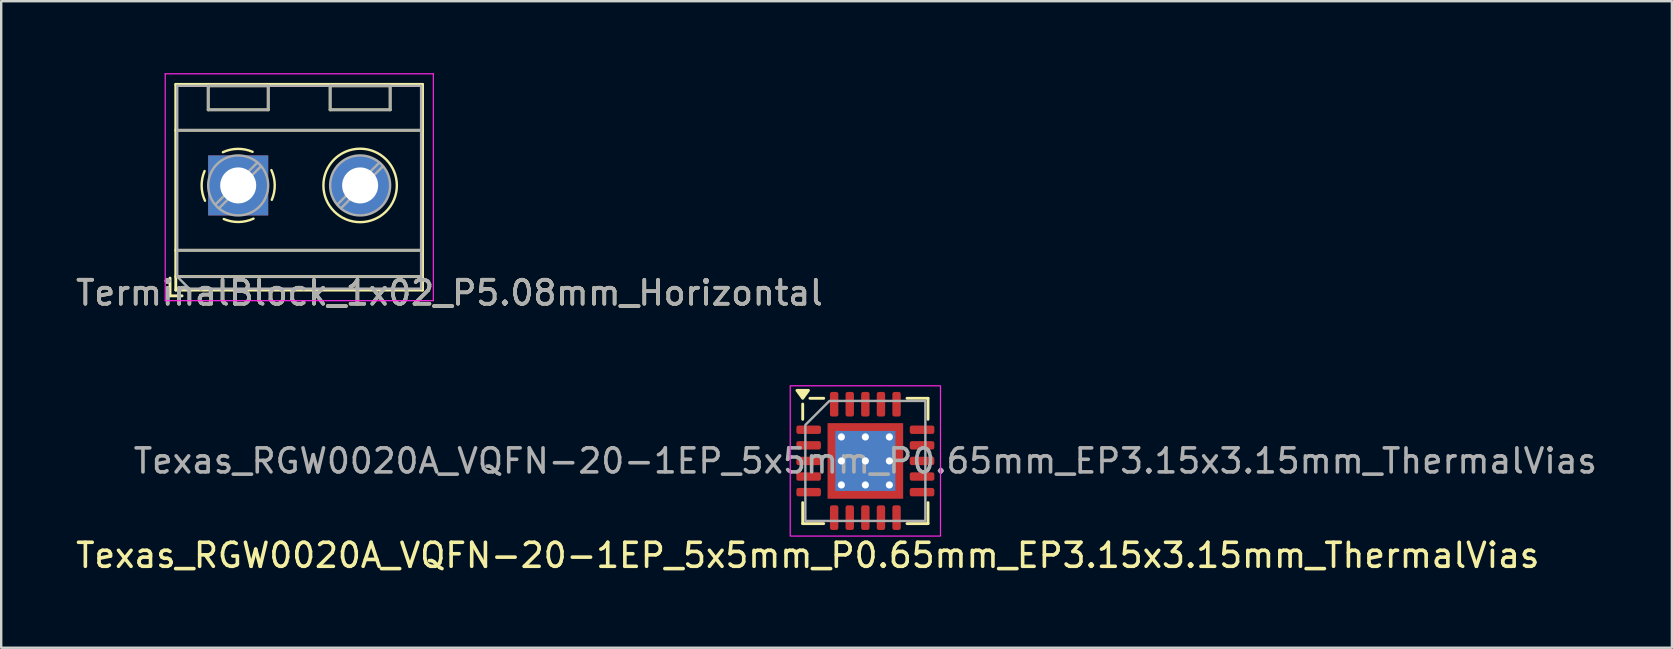
<source format=kicad_pcb>
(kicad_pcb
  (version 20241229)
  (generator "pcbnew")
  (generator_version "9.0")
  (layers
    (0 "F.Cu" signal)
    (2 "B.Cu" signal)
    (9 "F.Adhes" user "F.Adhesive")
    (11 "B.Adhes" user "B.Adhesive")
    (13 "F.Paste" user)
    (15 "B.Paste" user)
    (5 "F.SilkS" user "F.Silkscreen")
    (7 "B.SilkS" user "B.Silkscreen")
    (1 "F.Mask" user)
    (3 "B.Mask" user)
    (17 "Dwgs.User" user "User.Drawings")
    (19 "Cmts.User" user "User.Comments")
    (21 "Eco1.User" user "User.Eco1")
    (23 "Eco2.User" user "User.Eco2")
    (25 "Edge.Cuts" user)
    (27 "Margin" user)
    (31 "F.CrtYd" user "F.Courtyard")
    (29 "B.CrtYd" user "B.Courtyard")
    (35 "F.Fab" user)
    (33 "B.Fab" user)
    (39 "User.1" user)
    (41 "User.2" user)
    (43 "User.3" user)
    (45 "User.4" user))
  (footprint "TerminalBlock_1x02_P5.08mm_Horizontal"
    (layer "F.Cu")
    (at 6.873 4.675)
    (property "Reference" "TerminalBlock_1x02_P5.08mm_Horizontal" (at 8.8 4.475 180) (layer "F.SilkS") (effects (font (size 1 1) (thickness 0.15))))
    (attr through_hole)
    (fp_line (start -2.84 3.86) (end -2.84 4.6) (stroke (width 0.12) (type solid)) (layer "F.SilkS"))
    (fp_line (start -2.84 4.6) (end -2.34 4.6) (stroke (width 0.12) (type solid)) (layer "F.SilkS"))
    (fp_line (start -2.6 -4.21) (end -2.6 4.36) (stroke (width 0.12) (type solid)) (layer "F.SilkS"))
    (fp_line (start -2.6 -4.21) (end 7.68 -4.21) (stroke (width 0.12) (type solid)) (layer "F.SilkS"))
    (fp_line (start -2.6 -2.3) (end 7.68 -2.3) (stroke (width 0.12) (type solid)) (layer "F.SilkS"))
    (fp_line (start -2.6 2.7) (end 7.68 2.7) (stroke (width 0.12) (type solid)) (layer "F.SilkS"))
    (fp_line (start -2.6 3.8) (end 7.68 3.8) (stroke (width 0.12) (type solid)) (layer "F.SilkS"))
    (fp_line (start -2.6 4.36) (end 7.68 4.36) (stroke (width 0.12) (type solid)) (layer "F.SilkS"))
    (fp_line (start -1.25 -4.15) (end -1.25 -3.15) (stroke (width 0.12) (type solid)) (layer "F.SilkS"))
    (fp_line (start -1.25 -4.15) (end 1.25 -4.15) (stroke (width 0.12) (type solid)) (layer "F.SilkS"))
    (fp_line (start -1.25 -3.15) (end 1.25 -3.15) (stroke (width 0.12) (type solid)) (layer "F.SilkS"))
    (fp_line (start 1.25 -4.15) (end 1.25 -3.15) (stroke (width 0.12) (type solid)) (layer "F.SilkS"))
    (fp_line (start 3.83 -4.15) (end 3.83 -3.15) (stroke (width 0.12) (type solid)) (layer "F.SilkS"))
    (fp_line (start 3.83 -4.15) (end 6.33 -4.15) (stroke (width 0.12) (type solid)) (layer "F.SilkS"))
    (fp_line (start 3.83 -3.15) (end 6.33 -3.15) (stroke (width 0.12) (type solid)) (layer "F.SilkS"))
    (fp_line (start 6.33 -4.15) (end 6.33 -3.15) (stroke (width 0.12) (type solid)) (layer "F.SilkS"))
    (fp_line (start 7.68 -4.21) (end 7.68 4.36) (stroke (width 0.12) (type solid)) (layer "F.SilkS"))
    (fp_arc (start -1.382962 0.63829) (mid -1.52301 0.020955) (end -1.399999 -0.6) (stroke (width 0.1) (type default)) (layer "F.SilkS"))
    (fp_arc (start -0.63829 -1.382962) (mid -0.020955 -1.52301) (end 0.6 -1.399999) (stroke (width 0.1) (type default)) (layer "F.SilkS"))
    (fp_arc (start 0.63829 1.382962) (mid 0.020955 1.52301) (end -0.6 1.399999) (stroke (width 0.1) (type default)) (layer "F.SilkS"))
    (fp_arc (start 1.382962 -0.63829) (mid 1.52301 -0.020955) (end 1.399999 0.6) (stroke (width 0.1) (type default)) (layer "F.SilkS"))
    (fp_circle (center 5.08 0) (end 6.61 0) (stroke (width 0.1) (type solid)) (fill no) (layer "F.SilkS"))
    (fp_line (start -3.04 -4.65) (end -3.04 4.8) (stroke (width 0.05) (type solid)) (layer "F.CrtYd"))
    (fp_line (start -3.04 4.8) (end 8.13 4.8) (stroke (width 0.05) (type solid)) (layer "F.CrtYd"))
    (fp_line (start 8.13 -4.65) (end -3.04 -4.65) (stroke (width 0.05) (type solid)) (layer "F.CrtYd"))
    (fp_line (start 8.13 4.8) (end 8.13 -4.65) (stroke (width 0.05) (type solid)) (layer "F.CrtYd"))
    (fp_line (start -2.54 -4.15) (end 7.62 -4.15) (stroke (width 0.1) (type solid)) (layer "F.Fab"))
    (fp_line (start -2.54 -2.3) (end 7.62 -2.3) (stroke (width 0.1) (type solid)) (layer "F.Fab"))
    (fp_line (start -2.54 2.7) (end 7.62 2.7) (stroke (width 0.1) (type solid)) (layer "F.Fab"))
    (fp_line (start -2.54 3.8) (end -2.54 -4.15) (stroke (width 0.1) (type solid)) (layer "F.Fab"))
    (fp_line (start -2.54 3.8) (end 7.62 3.8) (stroke (width 0.1) (type solid)) (layer "F.Fab"))
    (fp_line (start -2.04 4.3) (end -2.54 3.8) (stroke (width 0.1) (type solid)) (layer "F.Fab"))
    (fp_line (start -1.25 -4.15) (end -1.25 -3.15) (stroke (width 0.1) (type solid)) (layer "F.Fab"))
    (fp_line (start -1.25 -3.15) (end 1.25 -3.15) (stroke (width 0.1) (type solid)) (layer "F.Fab"))
    (fp_line (start 0.796 -0.948) (end -0.949 0.796) (stroke (width 0.1) (type solid)) (layer "F.Fab"))
    (fp_line (start 0.949 -0.796) (end -0.796 0.948) (stroke (width 0.1) (type solid)) (layer "F.Fab"))
    (fp_line (start 1.25 -4.15) (end -1.25 -4.15) (stroke (width 0.1) (type solid)) (layer "F.Fab"))
    (fp_line (start 1.25 -3.15) (end 1.25 -4.15) (stroke (width 0.1) (type solid)) (layer "F.Fab"))
    (fp_line (start 3.83 -4.15) (end 3.83 -3.15) (stroke (width 0.1) (type solid)) (layer "F.Fab"))
    (fp_line (start 3.83 -3.15) (end 6.33 -3.15) (stroke (width 0.1) (type solid)) (layer "F.Fab"))
    (fp_line (start 5.876 -0.948) (end 4.132 0.796) (stroke (width 0.1) (type solid)) (layer "F.Fab"))
    (fp_line (start 6.029 -0.796) (end 4.285 0.948) (stroke (width 0.1) (type solid)) (layer "F.Fab"))
    (fp_line (start 6.33 -4.15) (end 3.83 -4.15) (stroke (width 0.1) (type solid)) (layer "F.Fab"))
    (fp_line (start 6.33 -3.15) (end 6.33 -4.15) (stroke (width 0.1) (type solid)) (layer "F.Fab"))
    (fp_line (start 7.62 -4.15) (end 7.62 4.3) (stroke (width 0.1) (type solid)) (layer "F.Fab"))
    (fp_line (start 7.62 4.3) (end -2.04 4.3) (stroke (width 0.1) (type solid)) (layer "F.Fab"))
    (fp_circle (center 0 0) (end 1.25 0) (stroke (width 0.1) (type solid)) (fill no) (layer "F.Fab"))
    (fp_circle (center 5.08 0) (end 6.33 0) (stroke (width 0.1) (type solid)) (fill no) (layer "F.Fab"))
    (fp_text user "${REFERENCE}" (at 8.8 4.475 0) (layer "F.Fab") (effects (font (size 1 1) (thickness 0.15))))
    (pad "1" thru_hole rect (at 0 0) (size 2.5 2.5) (drill 1.5) (layers "*.Cu" "*.Mask"))
    (pad "2" thru_hole circle (at 5.08 0) (size 2.5 2.5) (drill 1.5) (layers "*.Cu" "*.Mask")))
  (footprint "Texas_RGW0020A_VQFN-20-1EP_5x5mm_P0.65mm_EP3.15x3.15mm_ThermalVias"
    (layer "F.Cu")
    (at 33.001 16.153)
    (property "Reference" "Texas_RGW0020A_VQFN-20-1EP_5x5mm_P0.65mm_EP3.15x3.15mm_ThermalVias" (at -2.4 3.934 0) (layer "F.SilkS") (effects (font (size 1 1) (thickness 0.15))))
    (attr smd)
    (fp_line (start -2.61 -1.735) (end -2.61 -2.37) (stroke (width 0.12) (type solid)) (layer "F.SilkS"))
    (fp_line (start -2.61 2.61) (end -2.61 1.735) (stroke (width 0.12) (type solid)) (layer "F.SilkS"))
    (fp_line (start -1.735 -2.61) (end -2.31 -2.61) (stroke (width 0.12) (type solid)) (layer "F.SilkS"))
    (fp_line (start -1.735 2.61) (end -2.61 2.61) (stroke (width 0.12) (type solid)) (layer "F.SilkS"))
    (fp_line (start 1.735 -2.61) (end 2.61 -2.61) (stroke (width 0.12) (type solid)) (layer "F.SilkS"))
    (fp_line (start 1.735 2.61) (end 2.61 2.61) (stroke (width 0.12) (type solid)) (layer "F.SilkS"))
    (fp_line (start 2.61 -2.61) (end 2.61 -1.735) (stroke (width 0.12) (type solid)) (layer "F.SilkS"))
    (fp_line (start 2.61 2.61) (end 2.61 1.735) (stroke (width 0.12) (type solid)) (layer "F.SilkS"))
    (fp_poly (pts (xy -2.61 -2.61) (xy -2.85 -2.94) (xy -2.37 -2.94)) (stroke (width 0.12) (type solid)) (fill yes) (layer "F.SilkS"))
    (fp_rect (start -3.13 -3.13) (end 3.13 3.13) (stroke (width 0.05) (type solid)) (fill no) (layer "F.CrtYd"))
    (fp_poly (pts (xy -2.5 -1.5) (xy -2.5 2.5) (xy 2.5 2.5) (xy 2.5 -2.5) (xy -1.5 -2.5)) (stroke (width 0.1) (type solid)) (fill no) (layer "F.Fab"))
    (fp_text user "${REFERENCE}" (at 0 0 0) (layer "F.Fab") (effects (font (size 1 1) (thickness 0.15))))
    (pad "" smd roundrect (at -0.79 -0.79) (size 1.27 1.27) (layers "F.Paste") (roundrect_rratio 0.197))
    (pad "" smd roundrect (at -0.79 0.79) (size 1.27 1.27) (layers "F.Paste") (roundrect_rratio 0.197))
    (pad "" smd roundrect (at 0.79 -0.79) (size 1.27 1.27) (layers "F.Paste") (roundrect_rratio 0.197))
    (pad "" smd roundrect (at 0.79 0.79) (size 1.27 1.27) (layers "F.Paste") (roundrect_rratio 0.197))
    (pad "1" smd roundrect (at -2.362 -1.3) (size 1.025 0.35) (layers "F.Cu" "F.Mask" "F.Paste") (roundrect_rratio 0.25))
    (pad "2" smd roundrect (at -2.362 -0.65) (size 1.025 0.35) (layers "F.Cu" "F.Mask" "F.Paste") (roundrect_rratio 0.25))
    (pad "3" smd roundrect (at -2.362 0) (size 1.025 0.35) (layers "F.Cu" "F.Mask" "F.Paste") (roundrect_rratio 0.25))
    (pad "4" smd roundrect (at -2.362 0.65) (size 1.025 0.35) (layers "F.Cu" "F.Mask" "F.Paste") (roundrect_rratio 0.25))
    (pad "5" smd roundrect (at -2.362 1.3) (size 1.025 0.35) (layers "F.Cu" "F.Mask" "F.Paste") (roundrect_rratio 0.25))
    (pad "6" smd roundrect (at -1.3 2.362) (size 0.35 1.025) (layers "F.Cu" "F.Mask" "F.Paste") (roundrect_rratio 0.25))
    (pad "7" smd roundrect (at -0.65 2.362) (size 0.35 1.025) (layers "F.Cu" "F.Mask" "F.Paste") (roundrect_rratio 0.25))
    (pad "8" smd roundrect (at 0 2.362) (size 0.35 1.025) (layers "F.Cu" "F.Mask" "F.Paste") (roundrect_rratio 0.25))
    (pad "9" smd roundrect (at 0.65 2.362) (size 0.35 1.025) (layers "F.Cu" "F.Mask" "F.Paste") (roundrect_rratio 0.25))
    (pad "10" smd roundrect (at 1.3 2.362) (size 0.35 1.025) (layers "F.Cu" "F.Mask" "F.Paste") (roundrect_rratio 0.25))
    (pad "11" smd roundrect (at 2.362 1.3) (size 1.025 0.35) (layers "F.Cu" "F.Mask" "F.Paste") (roundrect_rratio 0.25))
    (pad "12" smd roundrect (at 2.362 0.65) (size 1.025 0.35) (layers "F.Cu" "F.Mask" "F.Paste") (roundrect_rratio 0.25))
    (pad "13" smd roundrect (at 2.362 0) (size 1.025 0.35) (layers "F.Cu" "F.Mask" "F.Paste") (roundrect_rratio 0.25))
    (pad "14" smd roundrect (at 2.362 -0.65) (size 1.025 0.35) (layers "F.Cu" "F.Mask" "F.Paste") (roundrect_rratio 0.25))
    (pad "15" smd roundrect (at 2.362 -1.3) (size 1.025 0.35) (layers "F.Cu" "F.Mask" "F.Paste") (roundrect_rratio 0.25))
    (pad "16" smd roundrect (at 1.3 -2.362) (size 0.35 1.025) (layers "F.Cu" "F.Mask" "F.Paste") (roundrect_rratio 0.25))
    (pad "17" smd roundrect (at 0.65 -2.362) (size 0.35 1.025) (layers "F.Cu" "F.Mask" "F.Paste") (roundrect_rratio 0.25))
    (pad "18" smd roundrect (at 0 -2.362) (size 0.35 1.025) (layers "F.Cu" "F.Mask" "F.Paste") (roundrect_rratio 0.25))
    (pad "19" smd roundrect (at -0.65 -2.362) (size 0.35 1.025) (layers "F.Cu" "F.Mask" "F.Paste") (roundrect_rratio 0.25))
    (pad "20" smd roundrect (at -1.3 -2.362) (size 0.35 1.025) (layers "F.Cu" "F.Mask" "F.Paste") (roundrect_rratio 0.25))
    (pad "21" thru_hole circle (at -1 -1) (size 0.5 0.5) (drill 0.3) (property pad_prop_heatsink) (layers "*.Cu"))
    (pad "21" thru_hole circle (at -1 0) (size 0.5 0.5) (drill 0.3) (property pad_prop_heatsink) (layers "*.Cu"))
    (pad "21" thru_hole circle (at -1 1) (size 0.5 0.5) (drill 0.3) (property pad_prop_heatsink) (layers "*.Cu"))
    (pad "21" thru_hole circle (at 0 -1) (size 0.5 0.5) (drill 0.3) (property pad_prop_heatsink) (layers "*.Cu"))
    (pad "21" thru_hole circle (at 0 0) (size 0.5 0.5) (drill 0.3) (property pad_prop_heatsink) (layers "*.Cu"))
    (pad "21" smd rect (at 0 0) (size 2.5 2.5) (property pad_prop_heatsink) (layers "B.Cu" "B.Mask"))
    (pad "21" smd rect (at 0 0) (size 3.15 3.15) (property pad_prop_heatsink) (layers "F.Cu" "F.Mask"))
    (pad "21" thru_hole circle (at 0 1) (size 0.5 0.5) (drill 0.3) (property pad_prop_heatsink) (layers "*.Cu"))
    (pad "21" thru_hole circle (at 1 -1) (size 0.5 0.5) (drill 0.3) (property pad_prop_heatsink) (layers "*.Cu"))
    (pad "21" thru_hole circle (at 1 0) (size 0.5 0.5) (drill 0.3) (property pad_prop_heatsink) (layers "*.Cu"))
    (pad "21" thru_hole circle (at 1 1) (size 0.5 0.5) (drill 0.3) (property pad_prop_heatsink) (layers "*.Cu")))
  (gr_rect
    (start -3 -3)
    (end 66.602 23.935)
    (stroke (width 0.1) (type default))
    (fill no)
    (layer "Edge.Cuts")))
</source>
